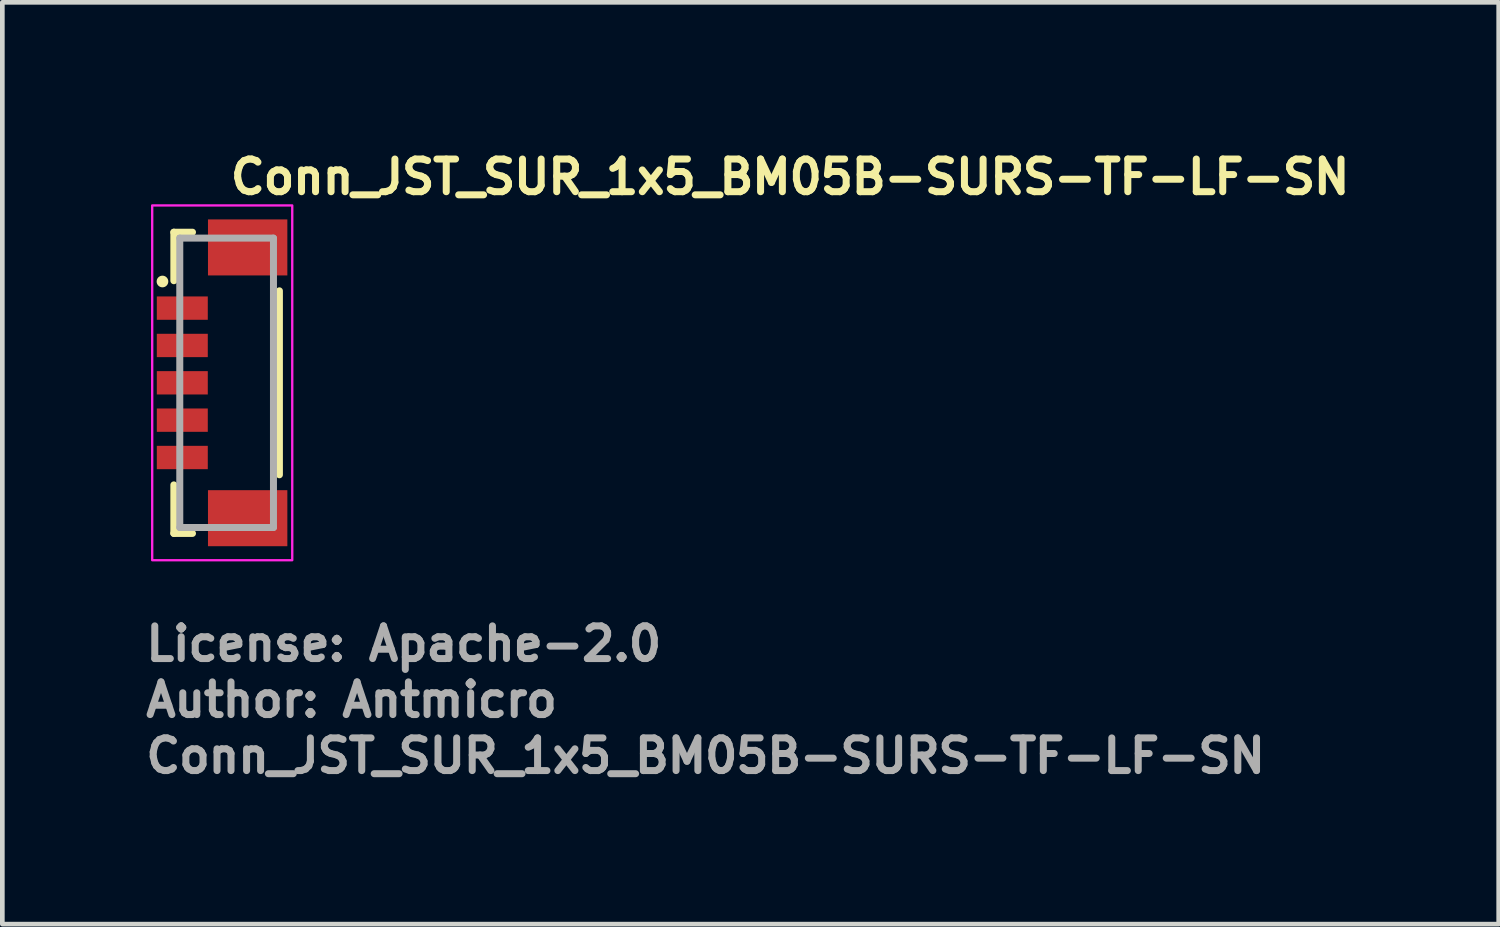
<source format=kicad_pcb>
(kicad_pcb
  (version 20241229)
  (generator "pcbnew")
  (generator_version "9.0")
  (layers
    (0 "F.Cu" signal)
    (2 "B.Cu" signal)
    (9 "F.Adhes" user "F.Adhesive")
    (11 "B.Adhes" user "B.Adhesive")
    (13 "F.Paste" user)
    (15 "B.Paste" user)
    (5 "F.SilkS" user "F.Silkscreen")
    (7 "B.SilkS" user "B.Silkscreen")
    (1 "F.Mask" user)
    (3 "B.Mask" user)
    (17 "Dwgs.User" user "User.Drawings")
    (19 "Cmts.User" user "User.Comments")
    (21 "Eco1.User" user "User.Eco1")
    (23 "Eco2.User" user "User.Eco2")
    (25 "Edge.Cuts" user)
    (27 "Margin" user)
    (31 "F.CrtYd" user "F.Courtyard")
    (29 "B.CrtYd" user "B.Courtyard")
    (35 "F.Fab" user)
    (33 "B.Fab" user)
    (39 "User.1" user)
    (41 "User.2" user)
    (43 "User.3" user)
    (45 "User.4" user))
  (footprint "Conn_JST_SUR_1x5_BM05B-SURS-TF-LF-SN"
    (layer "F.Cu")
    (at 1.81 5.15)
    (property "Reference" "Conn_JST_SUR_1x5_BM05B-SURS-TF-LF-SN" (at 0 -4 0) (unlocked yes) (layer "F.SilkS") (effects (font (size 0.7 0.7) (thickness 0.15)) (justify left bottom)))
    (attr smd)
    (fp_line (start -1.136 -3.226) (end -1.136 -2.187) (stroke (width 0.15) (type solid)) (layer "F.SilkS"))
    (fp_line (start -1.136 2.187) (end -1.136 3.226) (stroke (width 0.15) (type solid)) (layer "F.SilkS"))
    (fp_line (start -1.136 3.226) (end -0.737 3.226) (stroke (width 0.15) (type solid)) (layer "F.SilkS"))
    (fp_line (start -0.737 -3.226) (end -1.136 -3.226) (stroke (width 0.15) (type solid)) (layer "F.SilkS"))
    (fp_line (start 1.125 1.97) (end 1.125 -1.97) (stroke (width 0.15) (type solid)) (layer "F.SilkS"))
    (fp_circle (center -1.38 -2.17) (end -1.33 -2.17) (stroke (width 0.15) (type solid)) (fill yes) (layer "F.SilkS"))
    (fp_rect (start -1.6 -3.8) (end 1.4 3.8) (stroke (width 0.05) (type solid)) (fill no) (layer "F.CrtYd"))
    (fp_line (start -1.009 -3.099) (end -1.009 3.099) (stroke (width 0.15) (type solid)) (layer "F.Fab"))
    (fp_line (start -1.009 3.099) (end 0.998 3.099) (stroke (width 0.15) (type solid)) (layer "F.Fab"))
    (fp_line (start 0.998 -3.099) (end -1.009 -3.099) (stroke (width 0.15) (type solid)) (layer "F.Fab"))
    (fp_line (start 0.998 3.099) (end 0.998 -3.099) (stroke (width 0.15) (type solid)) (layer "F.Fab"))
    (fp_rect (start -1.125 -3.1) (end 1.125 3.1) (stroke (width 0.1) (type solid)) (fill no) (layer "User.5"))
    (fp_line (start -1.125 -1.525) (end -1.125 -1.675) (stroke (width 0.02) (type solid)) (layer "User.9"))
    (fp_line (start -1.125 -0.725) (end -1.125 -0.875) (stroke (width 0.02) (type solid)) (layer "User.9"))
    (fp_line (start -1.125 -0.075) (end -0.875 -0.075) (stroke (width 0.02) (type solid)) (layer "User.9"))
    (fp_line (start -1.125 0.075) (end -1.125 -0.075) (stroke (width 0.02) (type solid)) (layer "User.9"))
    (fp_line (start -1.125 0.075) (end -0.875 0.075) (stroke (width 0.02) (type solid)) (layer "User.9"))
    (fp_line (start -1.125 0.725) (end -0.875 0.725) (stroke (width 0.02) (type solid)) (layer "User.9"))
    (fp_line (start -1.125 0.875) (end -1.125 0.725) (stroke (width 0.02) (type solid)) (layer "User.9"))
    (fp_line (start -1.125 0.875) (end -0.875 0.875) (stroke (width 0.02) (type solid)) (layer "User.9"))
    (fp_line (start -1.125 1.525) (end -0.875 1.525) (stroke (width 0.02) (type solid)) (layer "User.9"))
    (fp_line (start -1.125 1.675) (end -1.125 1.525) (stroke (width 0.02) (type solid)) (layer "User.9"))
    (fp_line (start -1.125 1.675) (end -0.875 1.675) (stroke (width 0.02) (type solid)) (layer "User.9"))
    (fp_line (start -0.875 -3.1) (end -0.875 3.1) (stroke (width 0.02) (type solid)) (layer "User.9"))
    (fp_line (start -0.875 -3.1) (end 1.125 -3.1) (stroke (width 0.02) (type solid)) (layer "User.9"))
    (fp_line (start -0.875 -1.675) (end -1.125 -1.675) (stroke (width 0.02) (type solid)) (layer "User.9"))
    (fp_line (start -0.875 -1.675) (end -0.875 -1.525) (stroke (width 0.02) (type solid)) (layer "User.9"))
    (fp_line (start -0.875 -1.525) (end -1.125 -1.525) (stroke (width 0.02) (type solid)) (layer "User.9"))
    (fp_line (start -0.875 -0.875) (end -1.125 -0.875) (stroke (width 0.02) (type solid)) (layer "User.9"))
    (fp_line (start -0.875 -0.875) (end -0.875 -0.725) (stroke (width 0.02) (type solid)) (layer "User.9"))
    (fp_line (start -0.875 -0.725) (end -1.125 -0.725) (stroke (width 0.02) (type solid)) (layer "User.9"))
    (fp_line (start -0.875 -0.075) (end -0.875 0.075) (stroke (width 0.02) (type solid)) (layer "User.9"))
    (fp_line (start -0.875 0.725) (end -0.875 0.875) (stroke (width 0.02) (type solid)) (layer "User.9"))
    (fp_line (start -0.875 1.525) (end -0.875 1.675) (stroke (width 0.02) (type solid)) (layer "User.9"))
    (fp_line (start -0.425 -2.1) (end -0.425 2.1) (stroke (width 0.02) (type solid)) (layer "User.9"))
    (fp_line (start -0.425 -2.1) (end 0.025 -2.1) (stroke (width 0.02) (type solid)) (layer "User.9"))
    (fp_line (start -0.125 -1.53) (end -0.125 -1.68) (stroke (width 0.02) (type solid)) (layer "User.9"))
    (fp_line (start -0.125 -0.72) (end -0.125 -0.87) (stroke (width 0.02) (type solid)) (layer "User.9"))
    (fp_line (start -0.125 0.07) (end -0.125 -0.08) (stroke (width 0.02) (type solid)) (layer "User.9"))
    (fp_line (start -0.125 1.67) (end -0.125 1.52) (stroke (width 0.02) (type solid)) (layer "User.9"))
    (fp_line (start -0.12 0.87) (end -0.12 0.72) (stroke (width 0.02) (type solid)) (layer "User.9"))
    (fp_line (start 0.025 -2.34) (end 0.625 -2.34) (stroke (width 0.02) (type solid)) (layer "User.9"))
    (fp_line (start 0.025 -2.1) (end 0.025 -2.34) (stroke (width 0.02) (type solid)) (layer "User.9"))
    (fp_line (start 0.025 2.1) (end -0.425 2.1) (stroke (width 0.02) (type solid)) (layer "User.9"))
    (fp_line (start 0.025 2.34) (end 0.025 2.1) (stroke (width 0.02) (type solid)) (layer "User.9"))
    (fp_line (start 0.125 -1.68) (end -0.125 -1.68) (stroke (width 0.02) (type solid)) (layer "User.9"))
    (fp_line (start 0.125 -1.53) (end -0.125 -1.53) (stroke (width 0.02) (type solid)) (layer "User.9"))
    (fp_line (start 0.125 -0.87) (end -0.125 -0.87) (stroke (width 0.02) (type solid)) (layer "User.9"))
    (fp_line (start 0.125 -0.72) (end -0.125 -0.72) (stroke (width 0.02) (type solid)) (layer "User.9"))
    (fp_line (start 0.125 -0.08) (end -0.125 -0.08) (stroke (width 0.02) (type solid)) (layer "User.9"))
    (fp_line (start 0.125 0.07) (end -0.125 0.07) (stroke (width 0.02) (type solid)) (layer "User.9"))
    (fp_line (start 0.125 1.52) (end -0.125 1.52) (stroke (width 0.02) (type solid)) (layer "User.9"))
    (fp_line (start 0.125 1.67) (end -0.125 1.67) (stroke (width 0.02) (type solid)) (layer "User.9"))
    (fp_line (start 0.13 -1.53) (end 0.13 -1.68) (stroke (width 0.02) (type solid)) (layer "User.9"))
    (fp_line (start 0.13 -0.72) (end 0.13 -0.87) (stroke (width 0.02) (type solid)) (layer "User.9"))
    (fp_line (start 0.13 0.07) (end 0.13 -0.08) (stroke (width 0.02) (type solid)) (layer "User.9"))
    (fp_line (start 0.13 0.72) (end -0.12 0.72) (stroke (width 0.02) (type solid)) (layer "User.9"))
    (fp_line (start 0.13 0.87) (end -0.12 0.87) (stroke (width 0.02) (type solid)) (layer "User.9"))
    (fp_line (start 0.13 0.87) (end 0.13 0.72) (stroke (width 0.02) (type solid)) (layer "User.9"))
    (fp_line (start 0.13 1.67) (end 0.13 1.52) (stroke (width 0.02) (type solid)) (layer "User.9"))
    (fp_line (start 0.625 -2.34) (end 0.625 -2.1) (stroke (width 0.02) (type solid)) (layer "User.9"))
    (fp_line (start 0.625 -2.1) (end 0.825 -2.1) (stroke (width 0.02) (type solid)) (layer "User.9"))
    (fp_line (start 0.625 2.1) (end 0.625 2.34) (stroke (width 0.02) (type solid)) (layer "User.9"))
    (fp_line (start 0.625 2.34) (end 0.025 2.34) (stroke (width 0.02) (type solid)) (layer "User.9"))
    (fp_line (start 0.65 -1.53) (end 0.65 -1.68) (stroke (width 0.02) (type solid)) (layer "User.9"))
    (fp_line (start 0.65 -0.72) (end 0.65 -0.87) (stroke (width 0.02) (type solid)) (layer "User.9"))
    (fp_line (start 0.65 0.07) (end 0.65 -0.08) (stroke (width 0.02) (type solid)) (layer "User.9"))
    (fp_line (start 0.65 1.67) (end 0.65 1.52) (stroke (width 0.02) (type solid)) (layer "User.9"))
    (fp_line (start 0.655 0.87) (end 0.655 0.72) (stroke (width 0.02) (type solid)) (layer "User.9"))
    (fp_line (start 0.82 -1.68) (end 0.65 -1.68) (stroke (width 0.02) (type solid)) (layer "User.9"))
    (fp_line (start 0.82 -1.53) (end 0.65 -1.53) (stroke (width 0.02) (type solid)) (layer "User.9"))
    (fp_line (start 0.82 -0.87) (end 0.65 -0.87) (stroke (width 0.02) (type solid)) (layer "User.9"))
    (fp_line (start 0.82 -0.72) (end 0.65 -0.72) (stroke (width 0.02) (type solid)) (layer "User.9"))
    (fp_line (start 0.82 -0.08) (end 0.65 -0.08) (stroke (width 0.02) (type solid)) (layer "User.9"))
    (fp_line (start 0.82 0.07) (end 0.65 0.07) (stroke (width 0.02) (type solid)) (layer "User.9"))
    (fp_line (start 0.82 0.72) (end 0.655 0.72) (stroke (width 0.02) (type solid)) (layer "User.9"))
    (fp_line (start 0.82 0.87) (end 0.655 0.87) (stroke (width 0.02) (type solid)) (layer "User.9"))
    (fp_line (start 0.82 1.52) (end 0.65 1.52) (stroke (width 0.02) (type solid)) (layer "User.9"))
    (fp_line (start 0.82 1.67) (end 0.65 1.67) (stroke (width 0.02) (type solid)) (layer "User.9"))
    (fp_line (start 0.825 2.1) (end 0.625 2.1) (stroke (width 0.02) (type solid)) (layer "User.9"))
    (fp_line (start 0.825 2.1) (end 0.825 -2.1) (stroke (width 0.02) (type solid)) (layer "User.9"))
    (fp_line (start 1.125 3.1) (end -0.875 3.1) (stroke (width 0.02) (type solid)) (layer "User.9"))
    (fp_line (start 1.125 3.1) (end 1.125 -3.1) (stroke (width 0.02) (type solid)) (layer "User.9"))
    (fp_text user "${REFERENCE}" (at -1.81 8.4 0) (unlocked yes) (layer "F.Fab") (effects (font (size 0.7 0.7) (thickness 0.15)) (justify left bottom)))
    (fp_text user "Author: Antmicro" (at -1.81 7.2 0) (layer "F.Fab") (effects (font (size 0.7 0.7) (thickness 0.15)) (justify left bottom)))
    (fp_text user "License: Apache-2.0" (at -1.81 6 0) (layer "F.Fab") (effects (font (size 0.7 0.7) (thickness 0.15)) (justify left bottom)))
    (pad "1" smd rect (at -0.955 -1.6 90) (size 0.5 1.092) (layers "F.Cu" "F.Mask" "F.Paste"))
    (pad "2" smd rect (at -0.955 -0.8 90) (size 0.5 1.092) (layers "F.Cu" "F.Mask" "F.Paste"))
    (pad "3" smd rect (at -0.955 0 90) (size 0.5 1.092) (layers "F.Cu" "F.Mask" "F.Paste"))
    (pad "4" smd rect (at -0.955 0.8 90) (size 0.5 1.092) (layers "F.Cu" "F.Mask" "F.Paste"))
    (pad "5" smd rect (at -0.955 1.6 90) (size 0.5 1.092) (layers "F.Cu" "F.Mask" "F.Paste"))
    (pad "MP" smd rect (at 0.445 -2.9 90) (size 1.2 1.7) (layers "F.Cu" "F.Mask" "F.Paste"))
    (pad "MP" smd rect (at 0.445 2.9 90) (size 1.2 1.7) (layers "F.Cu" "F.Mask" "F.Paste")))
  (gr_rect
    (start -3 -3)
    (end 29.053 16.745)
    (stroke (width 0.1) (type default))
    (fill no)
    (layer "Edge.Cuts")))
</source>
